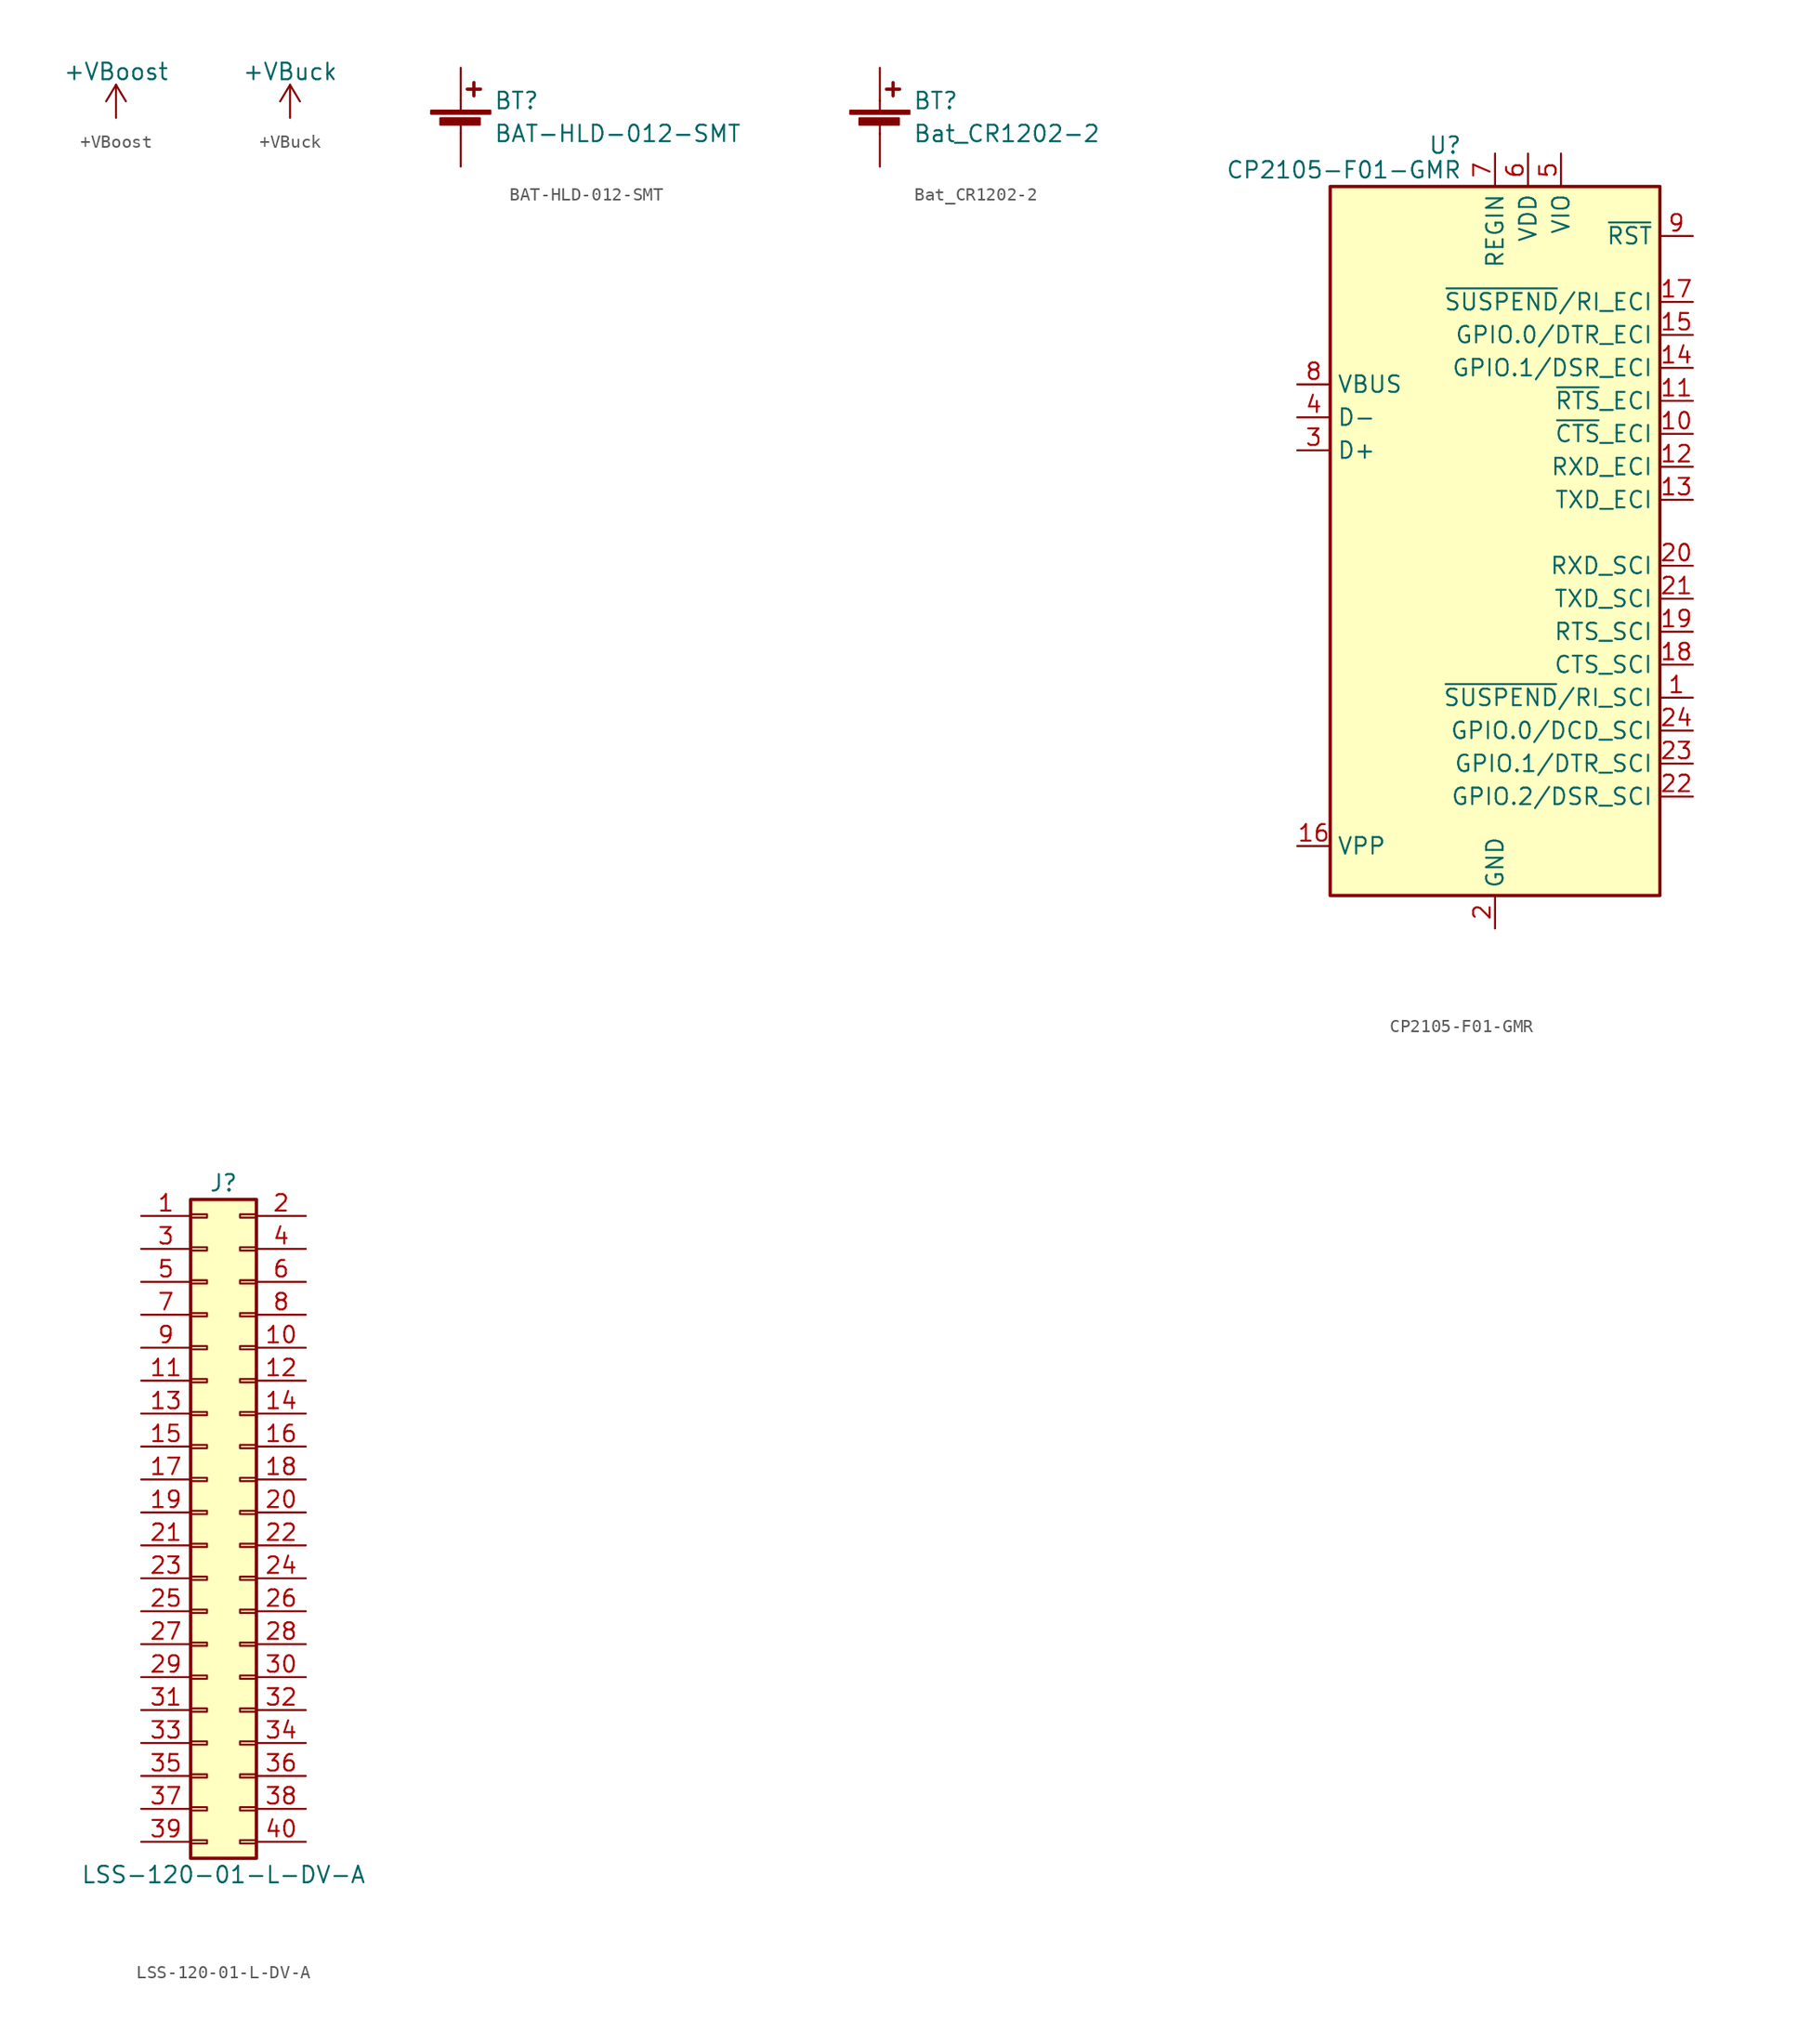
<source format=kicad_sym>
(kicad_symbol_lib
  (version 20211014)
  (generator kicad_symbol_editor)
  (symbol "+VBoost"
    (power)
    (pin_names
      (offset 0))
    (property "Reference" "#PWR"
      (at 0 -3.81 0)
      (effects (font (size 1.27 1.27)) hide))
    (property "Value" "+VBoost"
      (at 0 3.556 0)
      (effects (font (size 1.27 1.27))))
    (symbol "+VBoost_0_1"
      (polyline (pts (xy -0.762 1.27) (xy 0 2.54)) (stroke (width 0) (type default) (color 0 0 0 0)) (fill (type none)))
      (polyline (pts (xy 0 0) (xy 0 2.54)) (stroke (width 0) (type default) (color 0 0 0 0)) (fill (type none)))
      (polyline (pts (xy 0 2.54) (xy 0.762 1.27)) (stroke (width 0) (type default) (color 0 0 0 0)) (fill (type none))))
    (symbol "+VBoost_1_1"
      (pin power_in line (at 0 0 90) (length 0) hide (name "+VBoost" (effects (font (size 1.27 1.27)))) (number "1" (effects (font (size 1.27 1.27)))))))
  (symbol "+VBuck"
    (power)
    (pin_names
      (offset 0))
    (property "Reference" "#PWR"
      (at 0 -3.81 0)
      (effects (font (size 1.27 1.27)) hide))
    (property "Value" "+VBuck"
      (at 0 3.556 0)
      (effects (font (size 1.27 1.27))))
    (symbol "+VBuck_0_1"
      (polyline (pts (xy -0.762 1.27) (xy 0 2.54)) (stroke (width 0) (type default) (color 0 0 0 0)) (fill (type none)))
      (polyline (pts (xy 0 0) (xy 0 2.54)) (stroke (width 0) (type default) (color 0 0 0 0)) (fill (type none)))
      (polyline (pts (xy 0 2.54) (xy 0.762 1.27)) (stroke (width 0) (type default) (color 0 0 0 0)) (fill (type none))))
    (symbol "+VBuck_1_1"
      (pin power_in line (at 0 0 90) (length 0) hide (name "+VBuck" (effects (font (size 1.27 1.27)))) (number "1" (effects (font (size 1.27 1.27)))))))
  (symbol "BAT-HLD-012-SMT"
    (pin_numbers hide)
    (pin_names
      (offset 0) hide)
    (property "Reference" "BT"
      (at 2.54 2.54 0)
      (effects (font (size 1.27 1.27)) (justify left)))
    (property "Value" "BAT-HLD-012-SMT"
      (at 2.54 0 0)
      (effects (font (size 1.27 1.27)) (justify left)))
    (symbol "BAT-HLD-012-SMT_0_1"
      (rectangle (start -2.286 1.778) (end 2.286 1.524) (stroke (width 0) (type default) (color 0 0 0 0)) (fill (type outline)))
      (rectangle (start -1.575 1.194) (end 1.473 0.686) (stroke (width 0) (type default) (color 0 0 0 0)) (fill (type outline)))
      (polyline (pts (xy 0 0.762) (xy 0 0)) (stroke (width 0) (type default) (color 0 0 0 0)) (fill (type none)))
      (polyline (pts (xy 0 1.778) (xy 0 2.54)) (stroke (width 0) (type default) (color 0 0 0 0)) (fill (type none)))
      (polyline (pts (xy 0.508 3.429) (xy 1.524 3.429)) (stroke (width 0.254) (type default) (color 0 0 0 0)) (fill (type none)))
      (polyline (pts (xy 1.016 3.937) (xy 1.016 2.921)) (stroke (width 0.254) (type default) (color 0 0 0 0)) (fill (type none))))
    (symbol "BAT-HLD-012-SMT_1_1"
      (pin passive line (at 0 5.08 270) (length 2.54) (name "+" (effects (font (size 1.27 1.27)))) (number "+" (effects (font (size 1.27 1.27)))))
      (pin passive line (at 0 -2.54 90) (length 2.54) (name "-" (effects (font (size 1.27 1.27)))) (number "-" (effects (font (size 1.27 1.27)))))))
  (symbol "Bat_CR1202-2"
    (pin_numbers hide)
    (pin_names
      (offset 0) hide)
    (property "Reference" "BT"
      (at 2.54 2.54 0)
      (effects (font (size 1.27 1.27)) (justify left)))
    (property "Value" "Bat_CR1202-2"
      (at 2.54 0 0)
      (effects (font (size 1.27 1.27)) (justify left)))
    (symbol "Bat_CR1202-2_0_1"
      (rectangle (start -2.286 1.778) (end 2.286 1.524) (stroke (width 0) (type default) (color 0 0 0 0)) (fill (type outline)))
      (rectangle (start -1.575 1.194) (end 1.473 0.686) (stroke (width 0) (type default) (color 0 0 0 0)) (fill (type outline)))
      (polyline (pts (xy 0 0.762) (xy 0 0)) (stroke (width 0) (type default) (color 0 0 0 0)) (fill (type none)))
      (polyline (pts (xy 0 1.778) (xy 0 2.54)) (stroke (width 0) (type default) (color 0 0 0 0)) (fill (type none)))
      (polyline (pts (xy 0.508 3.429) (xy 1.524 3.429)) (stroke (width 0.254) (type default) (color 0 0 0 0)) (fill (type none)))
      (polyline (pts (xy 1.016 3.937) (xy 1.016 2.921)) (stroke (width 0.254) (type default) (color 0 0 0 0)) (fill (type none))))
    (symbol "Bat_CR1202-2_1_1"
      (pin passive line (at 0 5.08 270) (length 2.54) (name "+" (effects (font (size 1.27 1.27)))) (number "+" (effects (font (size 1.27 1.27)))))
      (pin passive line (at 0 -2.54 90) (length 2.54) (name "-" (effects (font (size 1.27 1.27)))) (number "-" (effects (font (size 1.27 1.27)))))))
  (symbol "CP2105-F01-GMR"
    (property "Reference" "U"
      (at -2.54 29.845 0)
      (effects (font (size 1.27 1.27)) (justify right)))
    (property "Value" "CP2105-F01-GMR"
      (at -2.54 27.94 0)
      (effects (font (size 1.27 1.27)) (justify right)))
    (symbol "CP2105-F01-GMR_1_1"
      (rectangle (start -12.7 26.67) (end 12.7 -27.94) (stroke (width 0.254) (type default) (color 0 0 0 0)) (fill (type background)))
      (pin output line (at 15.24 -12.7 180) (length 2.54) (name "~{SUSPEND}/RI_SCI" (effects (font (size 1.27 1.27)))) (number "1" (effects (font (size 1.27 1.27)))))
      (pin input line (at 15.24 7.62 180) (length 2.54) (name "~{CTS}_ECI" (effects (font (size 1.27 1.27)))) (number "10" (effects (font (size 1.27 1.27)))))
      (pin output line (at 15.24 10.16 180) (length 2.54) (name "~{RTS}_ECI" (effects (font (size 1.27 1.27)))) (number "11" (effects (font (size 1.27 1.27)))))
      (pin input line (at 15.24 5.08 180) (length 2.54) (name "RXD_ECI" (effects (font (size 1.27 1.27)))) (number "12" (effects (font (size 1.27 1.27)))))
      (pin output line (at 15.24 2.54 180) (length 2.54) (name "TXD_ECI" (effects (font (size 1.27 1.27)))) (number "13" (effects (font (size 1.27 1.27)))))
      (pin bidirectional line (at 15.24 12.7 180) (length 2.54) (name "GPIO.1/DSR_ECI" (effects (font (size 1.27 1.27)))) (number "14" (effects (font (size 1.27 1.27)))))
      (pin bidirectional line (at 15.24 15.24 180) (length 2.54) (name "GPIO.0/DTR_ECI" (effects (font (size 1.27 1.27)))) (number "15" (effects (font (size 1.27 1.27)))))
      (pin passive line (at -15.24 -24.13 0) (length 2.54) (name "VPP" (effects (font (size 1.27 1.27)))) (number "16" (effects (font (size 1.27 1.27)))))
      (pin output line (at 15.24 17.78 180) (length 2.54) (name "~{SUSPEND}/RI_ECI" (effects (font (size 1.27 1.27)))) (number "17" (effects (font (size 1.27 1.27)))))
      (pin input line (at 15.24 -10.16 180) (length 2.54) (name "CTS_SCI" (effects (font (size 1.27 1.27)))) (number "18" (effects (font (size 1.27 1.27)))))
      (pin input line (at 15.24 -7.62 180) (length 2.54) (name "RTS_SCI" (effects (font (size 1.27 1.27)))) (number "19" (effects (font (size 1.27 1.27)))))
      (pin power_in line (at 0 -30.48 90) (length 2.54) (name "GND" (effects (font (size 1.27 1.27)))) (number "2" (effects (font (size 1.27 1.27)))))
      (pin input line (at 15.24 -2.54 180) (length 2.54) (name "RXD_SCI" (effects (font (size 1.27 1.27)))) (number "20" (effects (font (size 1.27 1.27)))))
      (pin output line (at 15.24 -5.08 180) (length 2.54) (name "TXD_SCI" (effects (font (size 1.27 1.27)))) (number "21" (effects (font (size 1.27 1.27)))))
      (pin bidirectional line (at 15.24 -20.32 180) (length 2.54) (name "GPIO.2/DSR_SCI" (effects (font (size 1.27 1.27)))) (number "22" (effects (font (size 1.27 1.27)))))
      (pin bidirectional line (at 15.24 -17.78 180) (length 2.54) (name "GPIO.1/DTR_SCI" (effects (font (size 1.27 1.27)))) (number "23" (effects (font (size 1.27 1.27)))))
      (pin bidirectional line (at 15.24 -15.24 180) (length 2.54) (name "GPIO.0/DCD_SCI" (effects (font (size 1.27 1.27)))) (number "24" (effects (font (size 1.27 1.27)))))
      (pin passive line (at 0 -30.48 90) (length 2.54) hide (name "GND" (effects (font (size 1.27 1.27)))) (number "25" (effects (font (size 1.27 1.27)))))
      (pin bidirectional line (at -15.24 6.35 0) (length 2.54) (name "D+" (effects (font (size 1.27 1.27)))) (number "3" (effects (font (size 1.27 1.27)))))
      (pin bidirectional line (at -15.24 8.89 0) (length 2.54) (name "D-" (effects (font (size 1.27 1.27)))) (number "4" (effects (font (size 1.27 1.27)))))
      (pin power_in line (at 5.08 29.21 270) (length 2.54) (name "VIO" (effects (font (size 1.27 1.27)))) (number "5" (effects (font (size 1.27 1.27)))))
      (pin power_in line (at 2.54 29.21 270) (length 2.54) (name "VDD" (effects (font (size 1.27 1.27)))) (number "6" (effects (font (size 1.27 1.27)))))
      (pin power_in line (at 0 29.21 270) (length 2.54) (name "REGIN" (effects (font (size 1.27 1.27)))) (number "7" (effects (font (size 1.27 1.27)))))
      (pin input line (at -15.24 11.43 0) (length 2.54) (name "VBUS" (effects (font (size 1.27 1.27)))) (number "8" (effects (font (size 1.27 1.27)))))
      (pin bidirectional line (at 15.24 22.86 180) (length 2.54) (name "~{RST}" (effects (font (size 1.27 1.27)))) (number "9" (effects (font (size 1.27 1.27)))))))
  (symbol "LSS-120-01-L-DV-A"
    (pin_names
      (offset 1.016) hide)
    (property "Reference" "J"
      (at 1.27 25.4 0)
      (effects (font (size 1.27 1.27))))
    (property "Value" "LSS-120-01-L-DV-A"
      (at 1.27 -27.94 0)
      (effects (font (size 1.27 1.27))))
    (symbol "LSS-120-01-L-DV-A_1_1"
      (rectangle (start -1.27 -25.273) (end 0 -25.527) (stroke (width 0.152) (type default) (color 0 0 0 0)) (fill (type none)))
      (rectangle (start -1.27 -22.733) (end 0 -22.987) (stroke (width 0.152) (type default) (color 0 0 0 0)) (fill (type none)))
      (rectangle (start -1.27 -20.193) (end 0 -20.447) (stroke (width 0.152) (type default) (color 0 0 0 0)) (fill (type none)))
      (rectangle (start -1.27 -17.653) (end 0 -17.907) (stroke (width 0.152) (type default) (color 0 0 0 0)) (fill (type none)))
      (rectangle (start -1.27 -15.113) (end 0 -15.367) (stroke (width 0.152) (type default) (color 0 0 0 0)) (fill (type none)))
      (rectangle (start -1.27 -12.573) (end 0 -12.827) (stroke (width 0.152) (type default) (color 0 0 0 0)) (fill (type none)))
      (rectangle (start -1.27 -10.033) (end 0 -10.287) (stroke (width 0.152) (type default) (color 0 0 0 0)) (fill (type none)))
      (rectangle (start -1.27 -7.493) (end 0 -7.747) (stroke (width 0.152) (type default) (color 0 0 0 0)) (fill (type none)))
      (rectangle (start -1.27 -4.953) (end 0 -5.207) (stroke (width 0.152) (type default) (color 0 0 0 0)) (fill (type none)))
      (rectangle (start -1.27 -2.413) (end 0 -2.667) (stroke (width 0.152) (type default) (color 0 0 0 0)) (fill (type none)))
      (rectangle (start -1.27 0.127) (end 0 -0.127) (stroke (width 0.152) (type default) (color 0 0 0 0)) (fill (type none)))
      (rectangle (start -1.27 2.667) (end 0 2.413) (stroke (width 0.152) (type default) (color 0 0 0 0)) (fill (type none)))
      (rectangle (start -1.27 5.207) (end 0 4.953) (stroke (width 0.152) (type default) (color 0 0 0 0)) (fill (type none)))
      (rectangle (start -1.27 7.747) (end 0 7.493) (stroke (width 0.152) (type default) (color 0 0 0 0)) (fill (type none)))
      (rectangle (start -1.27 10.287) (end 0 10.033) (stroke (width 0.152) (type default) (color 0 0 0 0)) (fill (type none)))
      (rectangle (start -1.27 12.827) (end 0 12.573) (stroke (width 0.152) (type default) (color 0 0 0 0)) (fill (type none)))
      (rectangle (start -1.27 15.367) (end 0 15.113) (stroke (width 0.152) (type default) (color 0 0 0 0)) (fill (type none)))
      (rectangle (start -1.27 17.907) (end 0 17.653) (stroke (width 0.152) (type default) (color 0 0 0 0)) (fill (type none)))
      (rectangle (start -1.27 20.447) (end 0 20.193) (stroke (width 0.152) (type default) (color 0 0 0 0)) (fill (type none)))
      (rectangle (start -1.27 22.987) (end 0 22.733) (stroke (width 0.152) (type default) (color 0 0 0 0)) (fill (type none)))
      (rectangle (start -1.27 24.13) (end 3.81 -26.67) (stroke (width 0.254) (type default) (color 0 0 0 0)) (fill (type background)))
      (rectangle (start 3.81 -25.273) (end 2.54 -25.527) (stroke (width 0.152) (type default) (color 0 0 0 0)) (fill (type none)))
      (rectangle (start 3.81 -22.733) (end 2.54 -22.987) (stroke (width 0.152) (type default) (color 0 0 0 0)) (fill (type none)))
      (rectangle (start 3.81 -20.193) (end 2.54 -20.447) (stroke (width 0.152) (type default) (color 0 0 0 0)) (fill (type none)))
      (rectangle (start 3.81 -17.653) (end 2.54 -17.907) (stroke (width 0.152) (type default) (color 0 0 0 0)) (fill (type none)))
      (rectangle (start 3.81 -15.113) (end 2.54 -15.367) (stroke (width 0.152) (type default) (color 0 0 0 0)) (fill (type none)))
      (rectangle (start 3.81 -12.573) (end 2.54 -12.827) (stroke (width 0.152) (type default) (color 0 0 0 0)) (fill (type none)))
      (rectangle (start 3.81 -10.033) (end 2.54 -10.287) (stroke (width 0.152) (type default) (color 0 0 0 0)) (fill (type none)))
      (rectangle (start 3.81 -7.493) (end 2.54 -7.747) (stroke (width 0.152) (type default) (color 0 0 0 0)) (fill (type none)))
      (rectangle (start 3.81 -4.953) (end 2.54 -5.207) (stroke (width 0.152) (type default) (color 0 0 0 0)) (fill (type none)))
      (rectangle (start 3.81 -2.413) (end 2.54 -2.667) (stroke (width 0.152) (type default) (color 0 0 0 0)) (fill (type none)))
      (rectangle (start 3.81 0.127) (end 2.54 -0.127) (stroke (width 0.152) (type default) (color 0 0 0 0)) (fill (type none)))
      (rectangle (start 3.81 2.667) (end 2.54 2.413) (stroke (width 0.152) (type default) (color 0 0 0 0)) (fill (type none)))
      (rectangle (start 3.81 5.207) (end 2.54 4.953) (stroke (width 0.152) (type default) (color 0 0 0 0)) (fill (type none)))
      (rectangle (start 3.81 7.747) (end 2.54 7.493) (stroke (width 0.152) (type default) (color 0 0 0 0)) (fill (type none)))
      (rectangle (start 3.81 10.287) (end 2.54 10.033) (stroke (width 0.152) (type default) (color 0 0 0 0)) (fill (type none)))
      (rectangle (start 3.81 12.827) (end 2.54 12.573) (stroke (width 0.152) (type default) (color 0 0 0 0)) (fill (type none)))
      (rectangle (start 3.81 15.367) (end 2.54 15.113) (stroke (width 0.152) (type default) (color 0 0 0 0)) (fill (type none)))
      (rectangle (start 3.81 17.907) (end 2.54 17.653) (stroke (width 0.152) (type default) (color 0 0 0 0)) (fill (type none)))
      (rectangle (start 3.81 20.447) (end 2.54 20.193) (stroke (width 0.152) (type default) (color 0 0 0 0)) (fill (type none)))
      (rectangle (start 3.81 22.987) (end 2.54 22.733) (stroke (width 0.152) (type default) (color 0 0 0 0)) (fill (type none)))
      (pin passive line (at -5.08 22.86 0) (length 3.81) (name "Pin_1" (effects (font (size 1.27 1.27)))) (number "1" (effects (font (size 1.27 1.27)))))
      (pin passive line (at 7.62 12.7 180) (length 3.81) (name "Pin_10" (effects (font (size 1.27 1.27)))) (number "10" (effects (font (size 1.27 1.27)))))
      (pin passive line (at -5.08 10.16 0) (length 3.81) (name "Pin_11" (effects (font (size 1.27 1.27)))) (number "11" (effects (font (size 1.27 1.27)))))
      (pin passive line (at 7.62 10.16 180) (length 3.81) (name "Pin_12" (effects (font (size 1.27 1.27)))) (number "12" (effects (font (size 1.27 1.27)))))
      (pin passive line (at -5.08 7.62 0) (length 3.81) (name "Pin_13" (effects (font (size 1.27 1.27)))) (number "13" (effects (font (size 1.27 1.27)))))
      (pin passive line (at 7.62 7.62 180) (length 3.81) (name "Pin_14" (effects (font (size 1.27 1.27)))) (number "14" (effects (font (size 1.27 1.27)))))
      (pin passive line (at -5.08 5.08 0) (length 3.81) (name "Pin_15" (effects (font (size 1.27 1.27)))) (number "15" (effects (font (size 1.27 1.27)))))
      (pin passive line (at 7.62 5.08 180) (length 3.81) (name "Pin_16" (effects (font (size 1.27 1.27)))) (number "16" (effects (font (size 1.27 1.27)))))
      (pin passive line (at -5.08 2.54 0) (length 3.81) (name "Pin_17" (effects (font (size 1.27 1.27)))) (number "17" (effects (font (size 1.27 1.27)))))
      (pin passive line (at 7.62 2.54 180) (length 3.81) (name "Pin_18" (effects (font (size 1.27 1.27)))) (number "18" (effects (font (size 1.27 1.27)))))
      (pin passive line (at -5.08 0 0) (length 3.81) (name "Pin_19" (effects (font (size 1.27 1.27)))) (number "19" (effects (font (size 1.27 1.27)))))
      (pin passive line (at 7.62 22.86 180) (length 3.81) (name "Pin_2" (effects (font (size 1.27 1.27)))) (number "2" (effects (font (size 1.27 1.27)))))
      (pin passive line (at 7.62 0 180) (length 3.81) (name "Pin_20" (effects (font (size 1.27 1.27)))) (number "20" (effects (font (size 1.27 1.27)))))
      (pin passive line (at -5.08 -2.54 0) (length 3.81) (name "Pin_21" (effects (font (size 1.27 1.27)))) (number "21" (effects (font (size 1.27 1.27)))))
      (pin passive line (at 7.62 -2.54 180) (length 3.81) (name "Pin_22" (effects (font (size 1.27 1.27)))) (number "22" (effects (font (size 1.27 1.27)))))
      (pin passive line (at -5.08 -5.08 0) (length 3.81) (name "Pin_23" (effects (font (size 1.27 1.27)))) (number "23" (effects (font (size 1.27 1.27)))))
      (pin passive line (at 7.62 -5.08 180) (length 3.81) (name "Pin_24" (effects (font (size 1.27 1.27)))) (number "24" (effects (font (size 1.27 1.27)))))
      (pin passive line (at -5.08 -7.62 0) (length 3.81) (name "Pin_25" (effects (font (size 1.27 1.27)))) (number "25" (effects (font (size 1.27 1.27)))))
      (pin passive line (at 7.62 -7.62 180) (length 3.81) (name "Pin_26" (effects (font (size 1.27 1.27)))) (number "26" (effects (font (size 1.27 1.27)))))
      (pin passive line (at -5.08 -10.16 0) (length 3.81) (name "Pin_27" (effects (font (size 1.27 1.27)))) (number "27" (effects (font (size 1.27 1.27)))))
      (pin passive line (at 7.62 -10.16 180) (length 3.81) (name "Pin_28" (effects (font (size 1.27 1.27)))) (number "28" (effects (font (size 1.27 1.27)))))
      (pin passive line (at -5.08 -12.7 0) (length 3.81) (name "Pin_29" (effects (font (size 1.27 1.27)))) (number "29" (effects (font (size 1.27 1.27)))))
      (pin passive line (at -5.08 20.32 0) (length 3.81) (name "Pin_3" (effects (font (size 1.27 1.27)))) (number "3" (effects (font (size 1.27 1.27)))))
      (pin passive line (at 7.62 -12.7 180) (length 3.81) (name "Pin_30" (effects (font (size 1.27 1.27)))) (number "30" (effects (font (size 1.27 1.27)))))
      (pin passive line (at -5.08 -15.24 0) (length 3.81) (name "Pin_31" (effects (font (size 1.27 1.27)))) (number "31" (effects (font (size 1.27 1.27)))))
      (pin passive line (at 7.62 -15.24 180) (length 3.81) (name "Pin_32" (effects (font (size 1.27 1.27)))) (number "32" (effects (font (size 1.27 1.27)))))
      (pin passive line (at -5.08 -17.78 0) (length 3.81) (name "Pin_33" (effects (font (size 1.27 1.27)))) (number "33" (effects (font (size 1.27 1.27)))))
      (pin passive line (at 7.62 -17.78 180) (length 3.81) (name "Pin_34" (effects (font (size 1.27 1.27)))) (number "34" (effects (font (size 1.27 1.27)))))
      (pin passive line (at -5.08 -20.32 0) (length 3.81) (name "Pin_35" (effects (font (size 1.27 1.27)))) (number "35" (effects (font (size 1.27 1.27)))))
      (pin passive line (at 7.62 -20.32 180) (length 3.81) (name "Pin_36" (effects (font (size 1.27 1.27)))) (number "36" (effects (font (size 1.27 1.27)))))
      (pin passive line (at -5.08 -22.86 0) (length 3.81) (name "Pin_37" (effects (font (size 1.27 1.27)))) (number "37" (effects (font (size 1.27 1.27)))))
      (pin passive line (at 7.62 -22.86 180) (length 3.81) (name "Pin_38" (effects (font (size 1.27 1.27)))) (number "38" (effects (font (size 1.27 1.27)))))
      (pin passive line (at -5.08 -25.4 0) (length 3.81) (name "Pin_39" (effects (font (size 1.27 1.27)))) (number "39" (effects (font (size 1.27 1.27)))))
      (pin passive line (at 7.62 20.32 180) (length 3.81) (name "Pin_4" (effects (font (size 1.27 1.27)))) (number "4" (effects (font (size 1.27 1.27)))))
      (pin passive line (at 7.62 -25.4 180) (length 3.81) (name "Pin_40" (effects (font (size 1.27 1.27)))) (number "40" (effects (font (size 1.27 1.27)))))
      (pin passive line (at -5.08 17.78 0) (length 3.81) (name "Pin_5" (effects (font (size 1.27 1.27)))) (number "5" (effects (font (size 1.27 1.27)))))
      (pin passive line (at 7.62 17.78 180) (length 3.81) (name "Pin_6" (effects (font (size 1.27 1.27)))) (number "6" (effects (font (size 1.27 1.27)))))
      (pin passive line (at -5.08 15.24 0) (length 3.81) (name "Pin_7" (effects (font (size 1.27 1.27)))) (number "7" (effects (font (size 1.27 1.27)))))
      (pin passive line (at 7.62 15.24 180) (length 3.81) (name "Pin_8" (effects (font (size 1.27 1.27)))) (number "8" (effects (font (size 1.27 1.27)))))
      (pin passive line (at -5.08 12.7 0) (length 3.81) (name "Pin_9" (effects (font (size 1.27 1.27)))) (number "9" (effects (font (size 1.27 1.27))))))))
</source>
